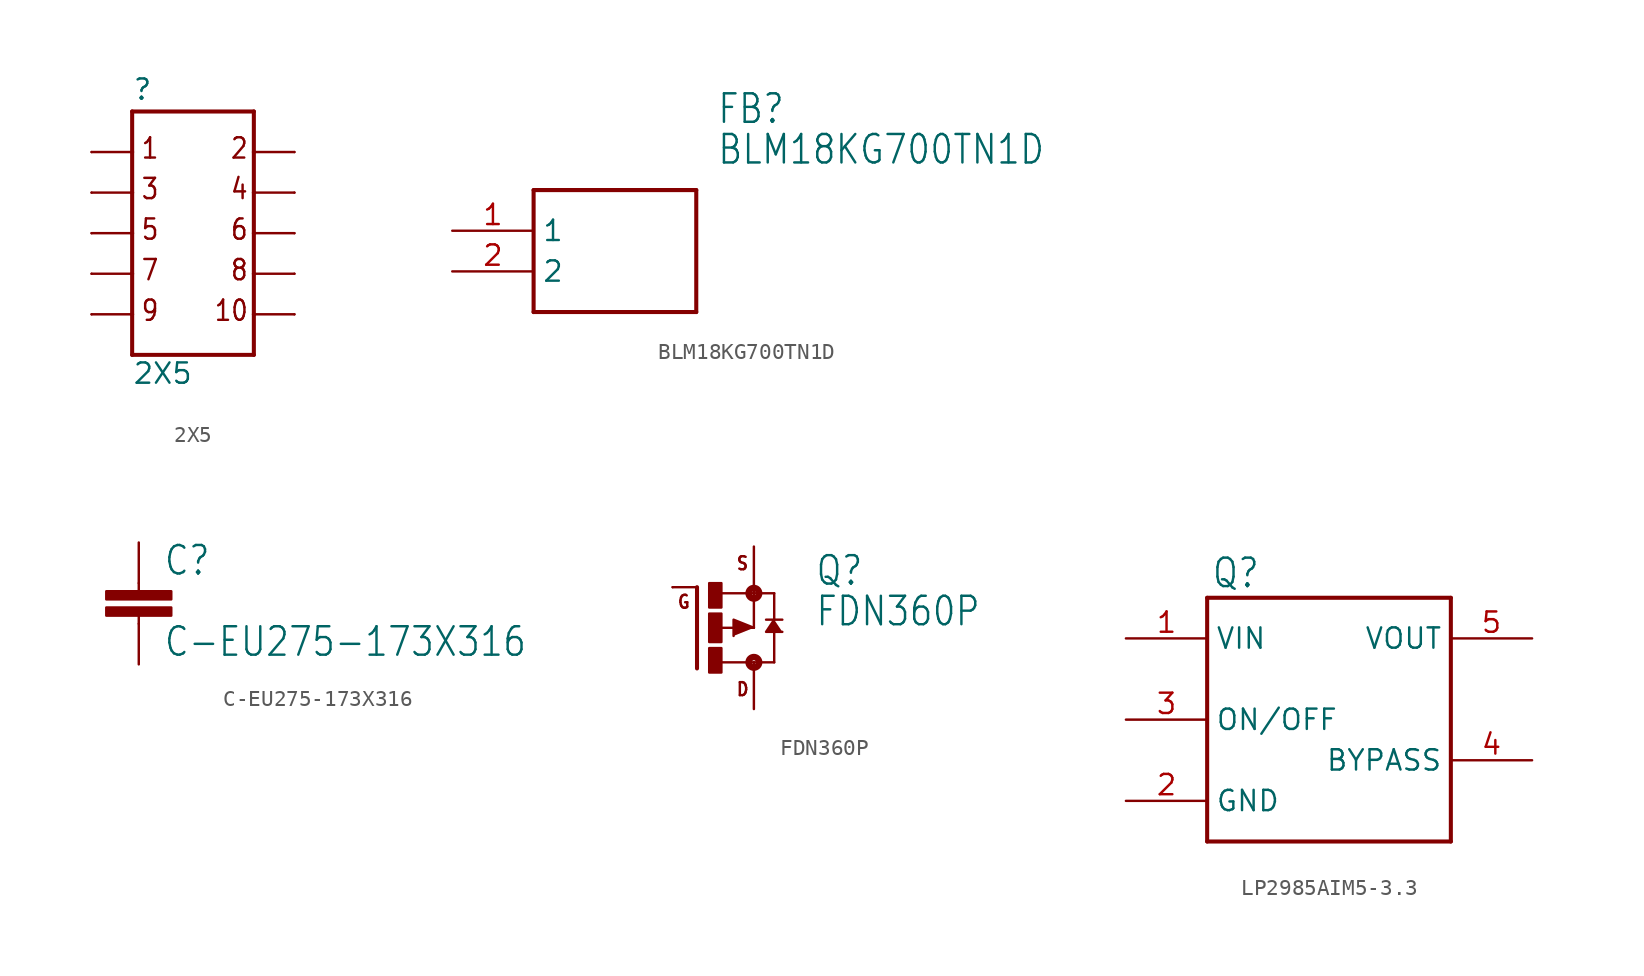
<source format=kicad_sym>
(kicad_symbol_lib
  (version 20211014)
  (generator kicad_symbol_editor)
  (symbol "2X5"
    (property "Reference" ""
      (at -5.08 8.255 0)
      (effects (font (size 1.27 1.27)) (justify left bottom)))
    (property "Value" "2X5"
      (at -5.08 -9.525 0)
      (effects (font (size 1.27 1.27)) (justify left bottom)))
    (property "ki_locked" ""
      (at 0 0 0)
      (effects (font (size 1.27 1.27))))
    (symbol "2X5_1_0"
      (polyline (pts (xy -7.62 -5.08) (xy -5.08 -5.08)) (stroke (width 0.152) (type default) (color 0 0 0 0)) (fill (type none)))
      (polyline (pts (xy -7.62 -2.54) (xy -5.08 -2.54)) (stroke (width 0.152) (type default) (color 0 0 0 0)) (fill (type none)))
      (polyline (pts (xy -7.62 0) (xy -5.08 0)) (stroke (width 0.152) (type default) (color 0 0 0 0)) (fill (type none)))
      (polyline (pts (xy -7.62 2.54) (xy -5.08 2.54)) (stroke (width 0.152) (type default) (color 0 0 0 0)) (fill (type none)))
      (polyline (pts (xy -7.62 5.08) (xy -5.08 5.08)) (stroke (width 0.152) (type default) (color 0 0 0 0)) (fill (type none)))
      (polyline (pts (xy -5.08 -7.62) (xy 2.54 -7.62)) (stroke (width 0.254) (type default) (color 0 0 0 0)) (fill (type none)))
      (polyline (pts (xy -5.08 -5.08) (xy -5.08 -7.62)) (stroke (width 0.254) (type default) (color 0 0 0 0)) (fill (type none)))
      (polyline (pts (xy -5.08 -2.54) (xy -5.08 -5.08)) (stroke (width 0.254) (type default) (color 0 0 0 0)) (fill (type none)))
      (polyline (pts (xy -5.08 0) (xy -5.08 -2.54)) (stroke (width 0.254) (type default) (color 0 0 0 0)) (fill (type none)))
      (polyline (pts (xy -5.08 2.54) (xy -5.08 0)) (stroke (width 0.254) (type default) (color 0 0 0 0)) (fill (type none)))
      (polyline (pts (xy -5.08 5.08) (xy -5.08 2.54)) (stroke (width 0.254) (type default) (color 0 0 0 0)) (fill (type none)))
      (polyline (pts (xy -5.08 7.62) (xy -5.08 5.08)) (stroke (width 0.254) (type default) (color 0 0 0 0)) (fill (type none)))
      (polyline (pts (xy -5.08 7.62) (xy 2.54 7.62)) (stroke (width 0.254) (type default) (color 0 0 0 0)) (fill (type none)))
      (polyline (pts (xy 2.54 -7.62) (xy 2.54 -5.08)) (stroke (width 0.254) (type default) (color 0 0 0 0)) (fill (type none)))
      (polyline (pts (xy 2.54 -5.08) (xy 2.54 -2.54)) (stroke (width 0.254) (type default) (color 0 0 0 0)) (fill (type none)))
      (polyline (pts (xy 2.54 -2.54) (xy 2.54 0)) (stroke (width 0.254) (type default) (color 0 0 0 0)) (fill (type none)))
      (polyline (pts (xy 2.54 0) (xy 2.54 2.54)) (stroke (width 0.254) (type default) (color 0 0 0 0)) (fill (type none)))
      (polyline (pts (xy 2.54 2.54) (xy 2.54 5.08)) (stroke (width 0.254) (type default) (color 0 0 0 0)) (fill (type none)))
      (polyline (pts (xy 2.54 5.08) (xy 2.54 7.62)) (stroke (width 0.254) (type default) (color 0 0 0 0)) (fill (type none)))
      (polyline (pts (xy 5.08 -5.08) (xy 2.54 -5.08)) (stroke (width 0.152) (type default) (color 0 0 0 0)) (fill (type none)))
      (polyline (pts (xy 5.08 -2.54) (xy 2.54 -2.54)) (stroke (width 0.152) (type default) (color 0 0 0 0)) (fill (type none)))
      (polyline (pts (xy 5.08 0) (xy 2.54 0)) (stroke (width 0.152) (type default) (color 0 0 0 0)) (fill (type none)))
      (polyline (pts (xy 5.08 2.54) (xy 2.54 2.54)) (stroke (width 0.152) (type default) (color 0 0 0 0)) (fill (type none)))
      (polyline (pts (xy 5.08 5.08) (xy 2.54 5.08)) (stroke (width 0.152) (type default) (color 0 0 0 0)) (fill (type none)))
      (text "1" (at -4.572 4.572 0) (effects (font (size 1.27 1.079)) (justify left bottom)))
      (text "10" (at 0 -5.588 0) (effects (font (size 1.27 1.079)) (justify left bottom)))
      (text "2" (at 1.016 4.572 0) (effects (font (size 1.27 1.079)) (justify left bottom)))
      (text "3" (at -4.572 2.032 0) (effects (font (size 1.27 1.079)) (justify left bottom)))
      (text "4" (at 1.016 2.032 0) (effects (font (size 1.27 1.079)) (justify left bottom)))
      (text "5" (at -4.572 -0.508 0) (effects (font (size 1.27 1.079)) (justify left bottom)))
      (text "6" (at 1.016 -0.508 0) (effects (font (size 1.27 1.079)) (justify left bottom)))
      (text "7" (at -4.572 -3.048 0) (effects (font (size 1.27 1.079)) (justify left bottom)))
      (text "8" (at 1.016 -3.048 0) (effects (font (size 1.27 1.079)) (justify left bottom)))
      (text "9" (at -4.572 -5.588 0) (effects (font (size 1.27 1.079)) (justify left bottom)))
      (pin bidirectional line (at -7.62 5.08 0) (length 0) (name "1" (effects (font (size 0 0)))) (number "1" (effects (font (size 0 0)))))
      (pin bidirectional line (at 5.08 -5.08 180) (length 0) (name "10" (effects (font (size 0 0)))) (number "10" (effects (font (size 0 0)))))
      (pin bidirectional line (at 5.08 5.08 180) (length 0) (name "2" (effects (font (size 0 0)))) (number "2" (effects (font (size 0 0)))))
      (pin bidirectional line (at -7.62 2.54 0) (length 0) (name "3" (effects (font (size 0 0)))) (number "3" (effects (font (size 0 0)))))
      (pin bidirectional line (at 5.08 2.54 180) (length 0) (name "4" (effects (font (size 0 0)))) (number "4" (effects (font (size 0 0)))))
      (pin bidirectional line (at -7.62 0 0) (length 0) (name "5" (effects (font (size 0 0)))) (number "5" (effects (font (size 0 0)))))
      (pin bidirectional line (at 5.08 0 180) (length 0) (name "6" (effects (font (size 0 0)))) (number "6" (effects (font (size 0 0)))))
      (pin bidirectional line (at -7.62 -2.54 0) (length 0) (name "7" (effects (font (size 0 0)))) (number "7" (effects (font (size 0 0)))))
      (pin bidirectional line (at 5.08 -2.54 180) (length 0) (name "8" (effects (font (size 0 0)))) (number "8" (effects (font (size 0 0)))))
      (pin bidirectional line (at -7.62 -5.08 0) (length 0) (name "9" (effects (font (size 0 0)))) (number "9" (effects (font (size 0 0)))))))
  (symbol "BLM18KG700TN1D"
    (property "Reference" "FB"
      (at 16.51 7.62 0)
      (effects (font (size 1.778 1.511)) (justify left)))
    (property "Value" "BLM18KG700TN1D"
      (at 16.51 5.08 0)
      (effects (font (size 1.778 1.511)) (justify left)))
    (property "ki_locked" ""
      (at 0 0 0)
      (effects (font (size 1.27 1.27))))
    (symbol "BLM18KG700TN1D_1_0"
      (polyline (pts (xy 5.08 2.54) (xy 5.08 -5.08)) (stroke (width 0.254) (type default) (color 0 0 0 0)) (fill (type none)))
      (polyline (pts (xy 5.08 2.54) (xy 15.24 2.54)) (stroke (width 0.254) (type default) (color 0 0 0 0)) (fill (type none)))
      (polyline (pts (xy 15.24 -5.08) (xy 5.08 -5.08)) (stroke (width 0.254) (type default) (color 0 0 0 0)) (fill (type none)))
      (polyline (pts (xy 15.24 -5.08) (xy 15.24 2.54)) (stroke (width 0.254) (type default) (color 0 0 0 0)) (fill (type none)))
      (pin bidirectional line (at 0 0 0) (length 5.08) (name "1" (effects (font (size 1.27 1.27)))) (number "1" (effects (font (size 1.27 1.27)))))
      (pin bidirectional line (at 0 -2.54 0) (length 5.08) (name "2" (effects (font (size 1.27 1.27)))) (number "2" (effects (font (size 1.27 1.27)))))))
  (symbol "C-EU275-173X316"
    (property "Reference" "C"
      (at 1.524 0.381 0)
      (effects (font (size 1.778 1.511)) (justify left bottom)))
    (property "Value" "C-EU275-173X316"
      (at 1.524 -4.699 0)
      (effects (font (size 1.778 1.511)) (justify left bottom)))
    (property "ki_locked" ""
      (at 0 0 0)
      (effects (font (size 1.27 1.27))))
    (symbol "C-EU275-173X316_1_0"
      (rectangle (start -2.032 -2.032) (end 2.032 -1.524) (stroke (width 0) (type default) (color 0 0 0 0)) (fill (type outline)))
      (rectangle (start -2.032 -1.016) (end 2.032 -0.508) (stroke (width 0) (type default) (color 0 0 0 0)) (fill (type outline)))
      (polyline (pts (xy 0 -2.54) (xy 0 -2.032)) (stroke (width 0.152) (type default) (color 0 0 0 0)) (fill (type none)))
      (polyline (pts (xy 0 0) (xy 0 -0.508)) (stroke (width 0.152) (type default) (color 0 0 0 0)) (fill (type none)))
      (pin passive line (at 0 2.54 270) (length 2.54) (name "1" (effects (font (size 0 0)))) (number "1" (effects (font (size 0 0)))))
      (pin passive line (at 0 -5.08 90) (length 2.54) (name "2" (effects (font (size 0 0)))) (number "2" (effects (font (size 0 0)))))))
  (symbol "FDN360P"
    (property "Reference" "Q"
      (at 6.35 2.54 0)
      (effects (font (size 1.778 1.511)) (justify left bottom)))
    (property "Value" "FDN360P"
      (at 6.35 0 0)
      (effects (font (size 1.778 1.511)) (justify left bottom)))
    (symbol "FDN360P_1_0"
      (rectangle (start -0.254 -2.794) (end 0.508 -1.27) (stroke (width 0) (type default) (color 0 0 0 0)) (fill (type outline)))
      (rectangle (start -0.254 -0.889) (end 0.508 0.889) (stroke (width 0) (type default) (color 0 0 0 0)) (fill (type outline)))
      (rectangle (start -0.254 1.27) (end 0.508 2.794) (stroke (width 0) (type default) (color 0 0 0 0)) (fill (type outline)))
      (polyline (pts (xy -1.016 -2.54) (xy -1.016 2.54)) (stroke (width 0.254) (type default) (color 0 0 0 0)) (fill (type none)))
      (polyline (pts (xy -1.016 2.54) (xy -2.54 2.54)) (stroke (width 0.152) (type default) (color 0 0 0 0)) (fill (type none)))
      (polyline (pts (xy 0.381 0) (xy 2.54 0)) (stroke (width 0.152) (type default) (color 0 0 0 0)) (fill (type none)))
      (polyline (pts (xy 0.508 -2.159) (xy 2.54 -2.159)) (stroke (width 0.152) (type default) (color 0 0 0 0)) (fill (type none)))
      (polyline (pts (xy 2.54 -2.159) (xy 2.54 -2.54)) (stroke (width 0.152) (type default) (color 0 0 0 0)) (fill (type none)))
      (polyline (pts (xy 2.54 0) (xy 2.54 2.159)) (stroke (width 0.152) (type default) (color 0 0 0 0)) (fill (type none)))
      (polyline (pts (xy 2.54 2.159) (xy 0.533 2.159)) (stroke (width 0.152) (type default) (color 0 0 0 0)) (fill (type none)))
      (polyline (pts (xy 2.54 2.54) (xy 2.54 2.159)) (stroke (width 0.152) (type default) (color 0 0 0 0)) (fill (type none)))
      (polyline (pts (xy 3.302 0.508) (xy 3.81 0.508)) (stroke (width 0.152) (type default) (color 0 0 0 0)) (fill (type none)))
      (polyline (pts (xy 3.81 -2.159) (xy 2.54 -2.159)) (stroke (width 0.152) (type default) (color 0 0 0 0)) (fill (type none)))
      (polyline (pts (xy 3.81 -2.159) (xy 3.81 -0.127)) (stroke (width 0.152) (type default) (color 0 0 0 0)) (fill (type none)))
      (polyline (pts (xy 3.81 0.508) (xy 3.81 2.159)) (stroke (width 0.152) (type default) (color 0 0 0 0)) (fill (type none)))
      (polyline (pts (xy 3.81 0.508) (xy 4.318 0.508)) (stroke (width 0.152) (type default) (color 0 0 0 0)) (fill (type none)))
      (polyline (pts (xy 3.81 2.159) (xy 2.54 2.159)) (stroke (width 0.152) (type default) (color 0 0 0 0)) (fill (type none)))
      (polyline (pts (xy 2.54 0) (xy 1.27 0.508) (xy 1.27 -0.508)) (stroke (width 0) (type default) (color 0 0 0 0)) (fill (type outline)))
      (polyline (pts (xy 3.81 0.508) (xy 3.302 -0.254) (xy 4.318 -0.254)) (stroke (width 0) (type default) (color 0 0 0 0)) (fill (type outline)))
      (circle (center 2.54 -2.159) (radius 0.127) (stroke (width 0.406) (type default) (color 0 0 0 0)) (fill (type none)))
      (circle (center 2.54 2.159) (radius 0.127) (stroke (width 0.406) (type default) (color 0 0 0 0)) (fill (type none)))
      (text "D" (at 1.397 -4.318 0) (effects (font (size 0.813 0.691)) (justify left bottom)))
      (text "G" (at -2.286 1.143 0) (effects (font (size 0.813 0.691)) (justify left bottom)))
      (text "S" (at 1.397 3.556 0) (effects (font (size 0.813 0.691)) (justify left bottom)))
      (pin passive line (at -2.54 2.54 0) (length 0) (name "G" (effects (font (size 0 0)))) (number "1" (effects (font (size 0 0)))))
      (pin passive line (at 2.54 5.08 270) (length 2.54) (name "S" (effects (font (size 0 0)))) (number "2" (effects (font (size 0 0)))))
      (pin passive line (at 2.54 -5.08 90) (length 2.54) (name "D" (effects (font (size 0 0)))) (number "3" (effects (font (size 0 0)))))))
  (symbol "LP2985AIM5-3.3"
    (property "Reference" "Q"
      (at -7.366 8.128 0)
      (effects (font (size 1.778 1.511)) (justify left bottom)))
    (symbol "LP2985AIM5-3.3_1_0"
      (polyline (pts (xy -7.62 -7.62) (xy -7.62 7.62)) (stroke (width 0.254) (type default) (color 0 0 0 0)) (fill (type none)))
      (polyline (pts (xy -7.62 7.62) (xy 7.62 7.62)) (stroke (width 0.254) (type default) (color 0 0 0 0)) (fill (type none)))
      (polyline (pts (xy 7.62 -7.62) (xy -7.62 -7.62)) (stroke (width 0.254) (type default) (color 0 0 0 0)) (fill (type none)))
      (polyline (pts (xy 7.62 7.62) (xy 7.62 -7.62)) (stroke (width 0.254) (type default) (color 0 0 0 0)) (fill (type none)))
      (pin power_in line (at -12.7 5.08 0) (length 5.08) (name "VIN" (effects (font (size 1.27 1.27)))) (number "1" (effects (font (size 1.27 1.27)))))
      (pin power_in line (at -12.7 -5.08 0) (length 5.08) (name "GND" (effects (font (size 1.27 1.27)))) (number "2" (effects (font (size 1.27 1.27)))))
      (pin input line (at -12.7 0 0) (length 5.08) (name "ON/OFF" (effects (font (size 1.27 1.27)))) (number "3" (effects (font (size 1.27 1.27)))))
      (pin power_in line (at 12.7 -2.54 180) (length 5.08) (name "BYPASS" (effects (font (size 1.27 1.27)))) (number "4" (effects (font (size 1.27 1.27)))))
      (pin power_in line (at 12.7 5.08 180) (length 5.08) (name "VOUT" (effects (font (size 1.27 1.27)))) (number "5" (effects (font (size 1.27 1.27))))))))
</source>
